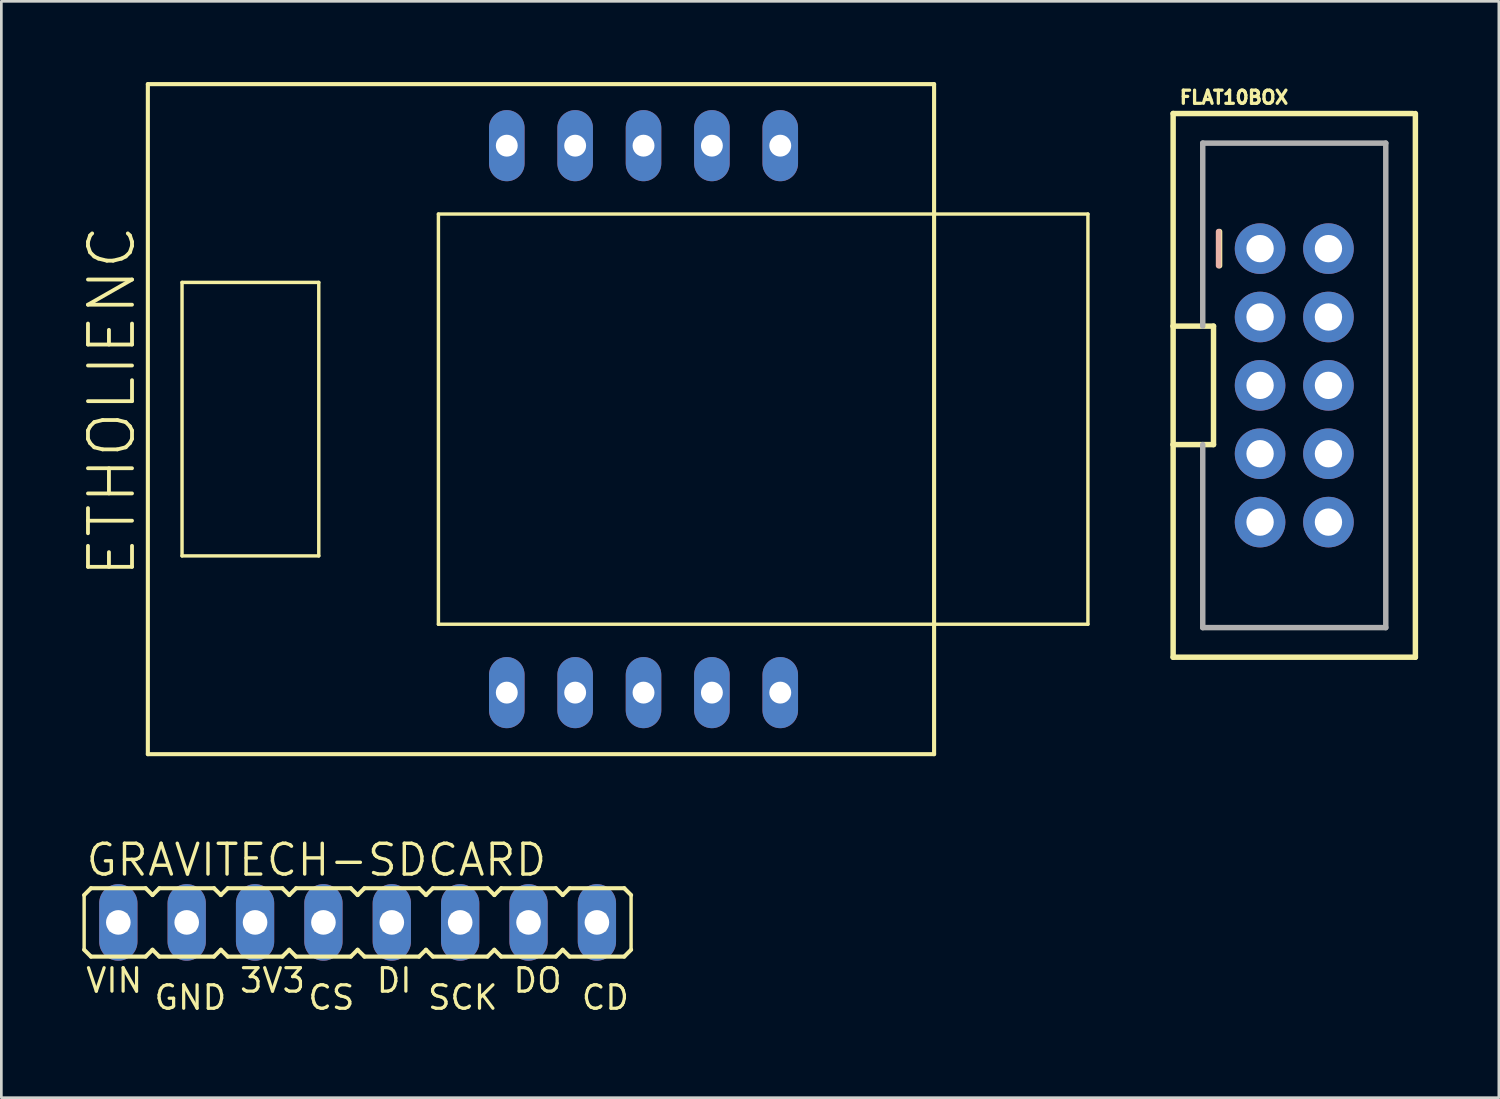
<source format=kicad_pcb>
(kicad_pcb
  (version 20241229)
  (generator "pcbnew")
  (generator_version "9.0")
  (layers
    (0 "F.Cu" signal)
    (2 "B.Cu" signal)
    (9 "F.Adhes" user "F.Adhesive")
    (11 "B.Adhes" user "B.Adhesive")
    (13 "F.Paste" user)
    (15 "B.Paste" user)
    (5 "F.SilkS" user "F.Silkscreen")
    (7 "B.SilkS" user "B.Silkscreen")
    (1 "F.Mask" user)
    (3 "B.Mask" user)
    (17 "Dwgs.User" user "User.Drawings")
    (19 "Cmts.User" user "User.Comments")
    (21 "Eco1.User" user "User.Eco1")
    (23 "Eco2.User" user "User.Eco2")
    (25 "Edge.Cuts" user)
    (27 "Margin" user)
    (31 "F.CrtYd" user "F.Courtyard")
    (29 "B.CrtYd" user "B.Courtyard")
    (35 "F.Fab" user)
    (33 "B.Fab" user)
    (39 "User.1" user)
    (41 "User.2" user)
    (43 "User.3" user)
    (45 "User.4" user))
  (footprint "ETHOLIENC"
    (layer "F.Cu")
    (at 10.698 12.522)
    (property "Reference" "ETHOLIENC" (at -8.636 5.969 90) (unlocked yes) (layer "F.SilkS") (effects (font (size 1.636 1.636) (thickness 0.142)) (justify left bottom)))
    (fp_line (start -8.255 -12.446) (end -8.255 12.446) (stroke (width 0.152) (type solid)) (layer "F.SilkS"))
    (fp_line (start -8.255 12.446) (end 20.955 12.446) (stroke (width 0.152) (type solid)) (layer "F.SilkS"))
    (fp_line (start -6.985 -5.08) (end -1.905 -5.08) (stroke (width 0.127) (type solid)) (layer "F.SilkS"))
    (fp_line (start -6.985 5.08) (end -6.985 -5.08) (stroke (width 0.127) (type solid)) (layer "F.SilkS"))
    (fp_line (start -1.905 -5.08) (end -1.905 5.08) (stroke (width 0.127) (type solid)) (layer "F.SilkS"))
    (fp_line (start -1.905 5.08) (end -6.985 5.08) (stroke (width 0.127) (type solid)) (layer "F.SilkS"))
    (fp_line (start 2.54 -7.62) (end 26.67 -7.62) (stroke (width 0.127) (type solid)) (layer "F.SilkS"))
    (fp_line (start 2.54 7.62) (end 2.54 -7.62) (stroke (width 0.127) (type solid)) (layer "F.SilkS"))
    (fp_line (start 20.955 -12.446) (end -8.255 -12.446) (stroke (width 0.152) (type solid)) (layer "F.SilkS"))
    (fp_line (start 20.955 -12.446) (end 20.955 12.446) (stroke (width 0.152) (type solid)) (layer "F.SilkS"))
    (fp_line (start 26.67 -7.62) (end 26.67 7.62) (stroke (width 0.127) (type solid)) (layer "F.SilkS"))
    (fp_line (start 26.67 7.62) (end 2.54 7.62) (stroke (width 0.127) (type solid)) (layer "F.SilkS"))
    (pad "1_1" thru_hole oval (at 15.24 -10.16 90) (size 2.642 1.321) (drill 0.813) (layers "*.Cu" "*.Mask"))
    (pad "1_2" thru_hole oval (at 12.7 -10.16 90) (size 2.642 1.321) (drill 0.813) (layers "*.Cu" "*.Mask"))
    (pad "1_3" thru_hole oval (at 10.16 -10.16 90) (size 2.642 1.321) (drill 0.813) (layers "*.Cu" "*.Mask"))
    (pad "1_4" thru_hole oval (at 7.62 -10.16 90) (size 2.642 1.321) (drill 0.813) (layers "*.Cu" "*.Mask"))
    (pad "1_5" thru_hole oval (at 5.08 -10.16 90) (size 2.642 1.321) (drill 0.813) (layers "*.Cu" "*.Mask"))
    (pad "2_1" thru_hole oval (at 5.08 10.16 90) (size 2.642 1.321) (drill 0.813) (layers "*.Cu" "*.Mask"))
    (pad "2_2" thru_hole oval (at 7.62 10.16 90) (size 2.642 1.321) (drill 0.813) (layers "*.Cu" "*.Mask"))
    (pad "2_3" thru_hole oval (at 10.16 10.16 90) (size 2.642 1.321) (drill 0.813) (layers "*.Cu" "*.Mask"))
    (pad "2_4" thru_hole oval (at 12.7 10.16 90) (size 2.642 1.321) (drill 0.813) (layers "*.Cu" "*.Mask"))
    (pad "2_5" thru_hole oval (at 15.24 10.16 90) (size 2.642 1.321) (drill 0.813) (layers "*.Cu" "*.Mask")))
  (footprint "FLAT10BOX"
    (layer "F.Cu")
    (at 45.034 11.267)
    (property "Reference" "FLAT10BOX" (at -4.318 -10.414 0) (unlocked yes) (layer "F.SilkS") (effects (font (size 0.488 0.488) (thickness 0.122)) (justify left bottom)))
    (fp_line (start -4.5 -10.1) (end 4.4 -10.1) (stroke (width 0.203) (type solid)) (layer "F.SilkS"))
    (fp_line (start -4.5 -2.2) (end -4.5 -10.1) (stroke (width 0.203) (type solid)) (layer "F.SilkS"))
    (fp_line (start -4.5 -2.2) (end -3 -2.2) (stroke (width 0.203) (type solid)) (layer "F.SilkS"))
    (fp_line (start -4.5 2.2) (end -4.5 -2.2) (stroke (width 0.203) (type solid)) (layer "F.SilkS"))
    (fp_line (start -4.5 10.1) (end -4.5 2.2) (stroke (width 0.203) (type solid)) (layer "F.SilkS"))
    (fp_line (start -3 -2.2) (end -3 2.2) (stroke (width 0.203) (type solid)) (layer "F.SilkS"))
    (fp_line (start -3 2.2) (end -4.5 2.2) (stroke (width 0.203) (type solid)) (layer "F.SilkS"))
    (fp_line (start -2.775 -5.715) (end -2.775 -4.445) (stroke (width 0.203) (type solid)) (layer "F.SilkS"))
    (fp_line (start 4.5 -10.1) (end 4.5 10.1) (stroke (width 0.203) (type solid)) (layer "F.SilkS"))
    (fp_line (start 4.5 10.1) (end -4.5 10.1) (stroke (width 0.203) (type solid)) (layer "F.SilkS"))
    (fp_line (start -2.813 -5.715) (end -2.813 -4.445) (stroke (width 0.203) (type solid)) (layer "B.SilkS"))
    (fp_line (start -3.4 -9) (end -3.4 -2.2) (stroke (width 0.203) (type solid)) (layer "F.Fab"))
    (fp_line (start -3.4 -9) (end 3.4 -9) (stroke (width 0.203) (type solid)) (layer "F.Fab"))
    (fp_line (start -3.4 9) (end -3.4 2.2) (stroke (width 0.203) (type solid)) (layer "F.Fab"))
    (fp_line (start -3.4 9) (end 3.4 9) (stroke (width 0.203) (type solid)) (layer "F.Fab"))
    (fp_line (start 3.4 -9) (end 3.4 9) (stroke (width 0.203) (type solid)) (layer "F.Fab"))
    (fp_poly (pts (xy -1.524 -4.826) (xy -1.016 -4.826) (xy -1.016 -5.334) (xy -1.524 -5.334)) (stroke (width 0.1) (type default)) (fill no) (layer "F.Fab"))
    (fp_poly (pts (xy -1.524 -2.286) (xy -1.016 -2.286) (xy -1.016 -2.794) (xy -1.524 -2.794)) (stroke (width 0.1) (type default)) (fill no) (layer "F.Fab"))
    (fp_poly (pts (xy -1.524 0.254) (xy -1.016 0.254) (xy -1.016 -0.254) (xy -1.524 -0.254)) (stroke (width 0.1) (type default)) (fill no) (layer "F.Fab"))
    (fp_poly (pts (xy -1.524 2.794) (xy -1.016 2.794) (xy -1.016 2.286) (xy -1.524 2.286)) (stroke (width 0.1) (type default)) (fill no) (layer "F.Fab"))
    (fp_poly (pts (xy -1.524 2.794) (xy -1.016 2.794) (xy -1.016 2.286) (xy -1.524 2.286)) (stroke (width 0.1) (type default)) (fill no) (layer "F.Fab"))
    (fp_poly (pts (xy -1.524 5.334) (xy -1.016 5.334) (xy -1.016 4.826) (xy -1.524 4.826)) (stroke (width 0.1) (type default)) (fill no) (layer "F.Fab"))
    (fp_poly (pts (xy 1.016 -4.826) (xy 1.524 -4.826) (xy 1.524 -5.334) (xy 1.016 -5.334)) (stroke (width 0.1) (type default)) (fill no) (layer "F.Fab"))
    (fp_poly (pts (xy 1.016 -2.286) (xy 1.524 -2.286) (xy 1.524 -2.794) (xy 1.016 -2.794)) (stroke (width 0.1) (type default)) (fill no) (layer "F.Fab"))
    (fp_poly (pts (xy 1.016 0.254) (xy 1.524 0.254) (xy 1.524 -0.254) (xy 1.016 -0.254)) (stroke (width 0.1) (type default)) (fill no) (layer "F.Fab"))
    (fp_poly (pts (xy 1.016 2.794) (xy 1.524 2.794) (xy 1.524 2.286) (xy 1.016 2.286)) (stroke (width 0.1) (type default)) (fill no) (layer "F.Fab"))
    (fp_poly (pts (xy 1.016 2.794) (xy 1.524 2.794) (xy 1.524 2.286) (xy 1.016 2.286)) (stroke (width 0.1) (type default)) (fill no) (layer "F.Fab"))
    (fp_poly (pts (xy 1.016 5.334) (xy 1.524 5.334) (xy 1.524 4.826) (xy 1.016 4.826)) (stroke (width 0.1) (type default)) (fill no) (layer "F.Fab"))
    (pad "1" thru_hole circle (at -1.27 -5.08 270) (size 1.88 1.88) (drill 1.016) (layers "*.Cu" "*.Mask"))
    (pad "2" thru_hole circle (at 1.27 -5.08 270) (size 1.88 1.88) (drill 1.016) (layers "*.Cu" "*.Mask"))
    (pad "3" thru_hole circle (at -1.27 -2.54 270) (size 1.88 1.88) (drill 1.016) (layers "*.Cu" "*.Mask"))
    (pad "4" thru_hole circle (at 1.27 -2.54 270) (size 1.88 1.88) (drill 1.016) (layers "*.Cu" "*.Mask"))
    (pad "5" thru_hole circle (at -1.27 0 270) (size 1.88 1.88) (drill 1.016) (layers "*.Cu" "*.Mask"))
    (pad "6" thru_hole circle (at 1.27 0 270) (size 1.88 1.88) (drill 1.016) (layers "*.Cu" "*.Mask"))
    (pad "7" thru_hole circle (at -1.27 2.54 270) (size 1.88 1.88) (drill 1.016) (layers "*.Cu" "*.Mask"))
    (pad "8" thru_hole circle (at 1.27 2.54 270) (size 1.88 1.88) (drill 1.016) (layers "*.Cu" "*.Mask"))
    (pad "9" thru_hole circle (at -1.27 5.08 270) (size 1.88 1.88) (drill 1.016) (layers "*.Cu" "*.Mask"))
    (pad "10" thru_hole circle (at 1.27 5.08 270) (size 1.88 1.88) (drill 1.016) (layers "*.Cu" "*.Mask")))
  (footprint "GRAVITECH-SDCARD"
    (layer "F.Cu")
    (at 10.236 31.219)
    (property "Reference" "GRAVITECH-SDCARD" (at -10.16 -1.651 0) (unlocked yes) (layer "F.SilkS") (effects (font (size 1.143 1.143) (thickness 0.127)) (justify left bottom)))
    (fp_line (start -10.16 -1.016) (end -10.16 1.016) (stroke (width 0.127) (type solid)) (layer "F.SilkS"))
    (fp_line (start -10.16 -1.016) (end -9.906 -1.27) (stroke (width 0.152) (type solid)) (layer "F.SilkS"))
    (fp_line (start -10.16 1.016) (end -9.906 1.27) (stroke (width 0.152) (type solid)) (layer "F.SilkS"))
    (fp_line (start -7.874 -1.27) (end -9.906 -1.27) (stroke (width 0.152) (type solid)) (layer "F.SilkS"))
    (fp_line (start -7.874 -1.27) (end -7.62 -1.016) (stroke (width 0.152) (type solid)) (layer "F.SilkS"))
    (fp_line (start -7.874 1.27) (end -9.906 1.27) (stroke (width 0.152) (type solid)) (layer "F.SilkS"))
    (fp_line (start -7.874 1.27) (end -7.62 1.016) (stroke (width 0.152) (type solid)) (layer "F.SilkS"))
    (fp_line (start -7.62 -1.016) (end -7.366 -1.27) (stroke (width 0.152) (type solid)) (layer "F.SilkS"))
    (fp_line (start -7.62 1.016) (end -7.366 1.27) (stroke (width 0.152) (type solid)) (layer "F.SilkS"))
    (fp_line (start -5.334 -1.27) (end -7.366 -1.27) (stroke (width 0.152) (type solid)) (layer "F.SilkS"))
    (fp_line (start -5.334 -1.27) (end -5.08 -1.016) (stroke (width 0.152) (type solid)) (layer "F.SilkS"))
    (fp_line (start -5.334 1.27) (end -7.366 1.27) (stroke (width 0.152) (type solid)) (layer "F.SilkS"))
    (fp_line (start -5.334 1.27) (end -5.08 1.016) (stroke (width 0.152) (type solid)) (layer "F.SilkS"))
    (fp_line (start -5.08 -1.016) (end -4.826 -1.27) (stroke (width 0.152) (type solid)) (layer "F.SilkS"))
    (fp_line (start -5.08 1.016) (end -4.826 1.27) (stroke (width 0.152) (type solid)) (layer "F.SilkS"))
    (fp_line (start -2.794 -1.27) (end -4.826 -1.27) (stroke (width 0.152) (type solid)) (layer "F.SilkS"))
    (fp_line (start -2.794 -1.27) (end -2.54 -1.016) (stroke (width 0.152) (type solid)) (layer "F.SilkS"))
    (fp_line (start -2.794 1.27) (end -4.826 1.27) (stroke (width 0.152) (type solid)) (layer "F.SilkS"))
    (fp_line (start -2.794 1.27) (end -2.54 1.016) (stroke (width 0.152) (type solid)) (layer "F.SilkS"))
    (fp_line (start -2.54 -1.016) (end -2.286 -1.27) (stroke (width 0.152) (type solid)) (layer "F.SilkS"))
    (fp_line (start -2.54 1.016) (end -2.286 1.27) (stroke (width 0.152) (type solid)) (layer "F.SilkS"))
    (fp_line (start -0.254 -1.27) (end -2.286 -1.27) (stroke (width 0.152) (type solid)) (layer "F.SilkS"))
    (fp_line (start -0.254 -1.27) (end 0 -1.016) (stroke (width 0.152) (type solid)) (layer "F.SilkS"))
    (fp_line (start -0.254 1.27) (end -2.286 1.27) (stroke (width 0.152) (type solid)) (layer "F.SilkS"))
    (fp_line (start -0.254 1.27) (end 0 1.016) (stroke (width 0.152) (type solid)) (layer "F.SilkS"))
    (fp_line (start 0 -1.016) (end 0.254 -1.27) (stroke (width 0.152) (type solid)) (layer "F.SilkS"))
    (fp_line (start 0 1.016) (end 0.254 1.27) (stroke (width 0.152) (type solid)) (layer "F.SilkS"))
    (fp_line (start 2.286 -1.27) (end 0.254 -1.27) (stroke (width 0.152) (type solid)) (layer "F.SilkS"))
    (fp_line (start 2.286 -1.27) (end 2.54 -1.016) (stroke (width 0.152) (type solid)) (layer "F.SilkS"))
    (fp_line (start 2.286 1.27) (end 0.254 1.27) (stroke (width 0.152) (type solid)) (layer "F.SilkS"))
    (fp_line (start 2.286 1.27) (end 2.54 1.016) (stroke (width 0.152) (type solid)) (layer "F.SilkS"))
    (fp_line (start 2.54 -1.016) (end 2.794 -1.27) (stroke (width 0.152) (type solid)) (layer "F.SilkS"))
    (fp_line (start 2.54 1.016) (end 2.794 1.27) (stroke (width 0.152) (type solid)) (layer "F.SilkS"))
    (fp_line (start 4.826 -1.27) (end 2.794 -1.27) (stroke (width 0.152) (type solid)) (layer "F.SilkS"))
    (fp_line (start 4.826 -1.27) (end 5.08 -1.016) (stroke (width 0.152) (type solid)) (layer "F.SilkS"))
    (fp_line (start 4.826 1.27) (end 2.794 1.27) (stroke (width 0.152) (type solid)) (layer "F.SilkS"))
    (fp_line (start 4.826 1.27) (end 5.08 1.016) (stroke (width 0.152) (type solid)) (layer "F.SilkS"))
    (fp_line (start 5.08 -1.016) (end 5.334 -1.27) (stroke (width 0.152) (type solid)) (layer "F.SilkS"))
    (fp_line (start 5.08 1.016) (end 5.334 1.27) (stroke (width 0.152) (type solid)) (layer "F.SilkS"))
    (fp_line (start 7.366 -1.27) (end 5.334 -1.27) (stroke (width 0.152) (type solid)) (layer "F.SilkS"))
    (fp_line (start 7.366 -1.27) (end 7.62 -1.016) (stroke (width 0.152) (type solid)) (layer "F.SilkS"))
    (fp_line (start 7.366 1.27) (end 5.334 1.27) (stroke (width 0.152) (type solid)) (layer "F.SilkS"))
    (fp_line (start 7.366 1.27) (end 7.62 1.016) (stroke (width 0.152) (type solid)) (layer "F.SilkS"))
    (fp_line (start 7.62 -1.016) (end 7.874 -1.27) (stroke (width 0.152) (type solid)) (layer "F.SilkS"))
    (fp_line (start 7.62 1.016) (end 7.874 1.27) (stroke (width 0.152) (type solid)) (layer "F.SilkS"))
    (fp_line (start 9.906 -1.27) (end 7.874 -1.27) (stroke (width 0.152) (type solid)) (layer "F.SilkS"))
    (fp_line (start 9.906 -1.27) (end 10.16 -1.016) (stroke (width 0.152) (type solid)) (layer "F.SilkS"))
    (fp_line (start 9.906 1.27) (end 7.874 1.27) (stroke (width 0.152) (type solid)) (layer "F.SilkS"))
    (fp_line (start 9.906 1.27) (end 10.16 1.016) (stroke (width 0.152) (type solid)) (layer "F.SilkS"))
    (fp_line (start 10.16 -1.016) (end 10.16 1.016) (stroke (width 0.127) (type solid)) (layer "F.SilkS"))
    (fp_poly (pts (xy -9.195 0.305) (xy -8.585 0.305) (xy -8.585 -0.305) (xy -9.195 -0.305)) (stroke (width 0.1) (type default)) (fill no) (layer "F.Fab"))
    (fp_poly (pts (xy -6.655 0.305) (xy -6.045 0.305) (xy -6.045 -0.305) (xy -6.655 -0.305)) (stroke (width 0.1) (type default)) (fill no) (layer "F.Fab"))
    (fp_poly (pts (xy -4.115 0.305) (xy -3.505 0.305) (xy -3.505 -0.305) (xy -4.115 -0.305)) (stroke (width 0.1) (type default)) (fill no) (layer "F.Fab"))
    (fp_poly (pts (xy -1.575 0.305) (xy -0.965 0.305) (xy -0.965 -0.305) (xy -1.575 -0.305)) (stroke (width 0.1) (type default)) (fill no) (layer "F.Fab"))
    (fp_poly (pts (xy 0.965 0.305) (xy 1.575 0.305) (xy 1.575 -0.305) (xy 0.965 -0.305)) (stroke (width 0.1) (type default)) (fill no) (layer "F.Fab"))
    (fp_poly (pts (xy 3.505 0.305) (xy 4.115 0.305) (xy 4.115 -0.305) (xy 3.505 -0.305)) (stroke (width 0.1) (type default)) (fill no) (layer "F.Fab"))
    (fp_poly (pts (xy 6.045 0.305) (xy 6.655 0.305) (xy 6.655 -0.305) (xy 6.045 -0.305)) (stroke (width 0.1) (type default)) (fill no) (layer "F.Fab"))
    (fp_poly (pts (xy 8.585 0.305) (xy 9.195 0.305) (xy 9.195 -0.305) (xy 8.585 -0.305)) (stroke (width 0.1) (type default)) (fill no) (layer "F.Fab"))
    (fp_text user "SCK" (at 2.54 3.302 0) (unlocked yes) (layer "F.SilkS") (effects (font (size 0.872 0.872) (thickness 0.119)) (justify left bottom)))
    (fp_text user "3V3" (at -4.445 2.667 0) (unlocked yes) (layer "F.SilkS") (effects (font (size 0.872 0.872) (thickness 0.119)) (justify left bottom)))
    (fp_text user "VIN" (at -10.16 2.667 0) (unlocked yes) (layer "F.SilkS") (effects (font (size 0.872 0.872) (thickness 0.119)) (justify left bottom)))
    (fp_text user "CD" (at 8.255 3.302 0) (unlocked yes) (layer "F.SilkS") (effects (font (size 0.872 0.872) (thickness 0.119)) (justify left bottom)))
    (fp_text user "DO" (at 5.715 2.667 0) (unlocked yes) (layer "F.SilkS") (effects (font (size 0.872 0.872) (thickness 0.119)) (justify left bottom)))
    (fp_text user "GND" (at -7.62 3.302 0) (unlocked yes) (layer "F.SilkS") (effects (font (size 0.872 0.872) (thickness 0.119)) (justify left bottom)))
    (fp_text user "DI" (at 0.635 2.667 0) (unlocked yes) (layer "F.SilkS") (effects (font (size 0.872 0.872) (thickness 0.119)) (justify left bottom)))
    (fp_text user "CS" (at -1.905 3.302 0) (unlocked yes) (layer "F.SilkS") (effects (font (size 0.872 0.872) (thickness 0.119)) (justify left bottom)))
    (pad "3V3" thru_hole oval (at -3.81 0 90) (size 2.845 1.422) (drill 0.914) (layers "*.Cu" "*.Mask"))
    (pad "CD" thru_hole oval (at 8.89 0 90) (size 2.845 1.422) (drill 0.914) (layers "*.Cu" "*.Mask"))
    (pad "CS" thru_hole oval (at -1.27 0 90) (size 2.845 1.422) (drill 0.914) (layers "*.Cu" "*.Mask"))
    (pad "DI" thru_hole oval (at 1.27 0 90) (size 2.845 1.422) (drill 0.914) (layers "*.Cu" "*.Mask"))
    (pad "DO" thru_hole oval (at 6.35 0 90) (size 2.845 1.422) (drill 0.914) (layers "*.Cu" "*.Mask"))
    (pad "GND" thru_hole oval (at -6.35 0 90) (size 2.845 1.422) (drill 0.914) (layers "*.Cu" "*.Mask"))
    (pad "SCK" thru_hole oval (at 3.81 0 90) (size 2.845 1.422) (drill 0.914) (layers "*.Cu" "*.Mask"))
    (pad "VIN" thru_hole oval (at -8.89 0 90) (size 2.845 1.422) (drill 0.914) (layers "*.Cu" "*.Mask")))
  (gr_rect
    (start -3 -3)
    (end 52.635 37.73)
    (stroke (width 0.1) (type default))
    (fill no)
    (layer "Edge.Cuts")))
</source>
